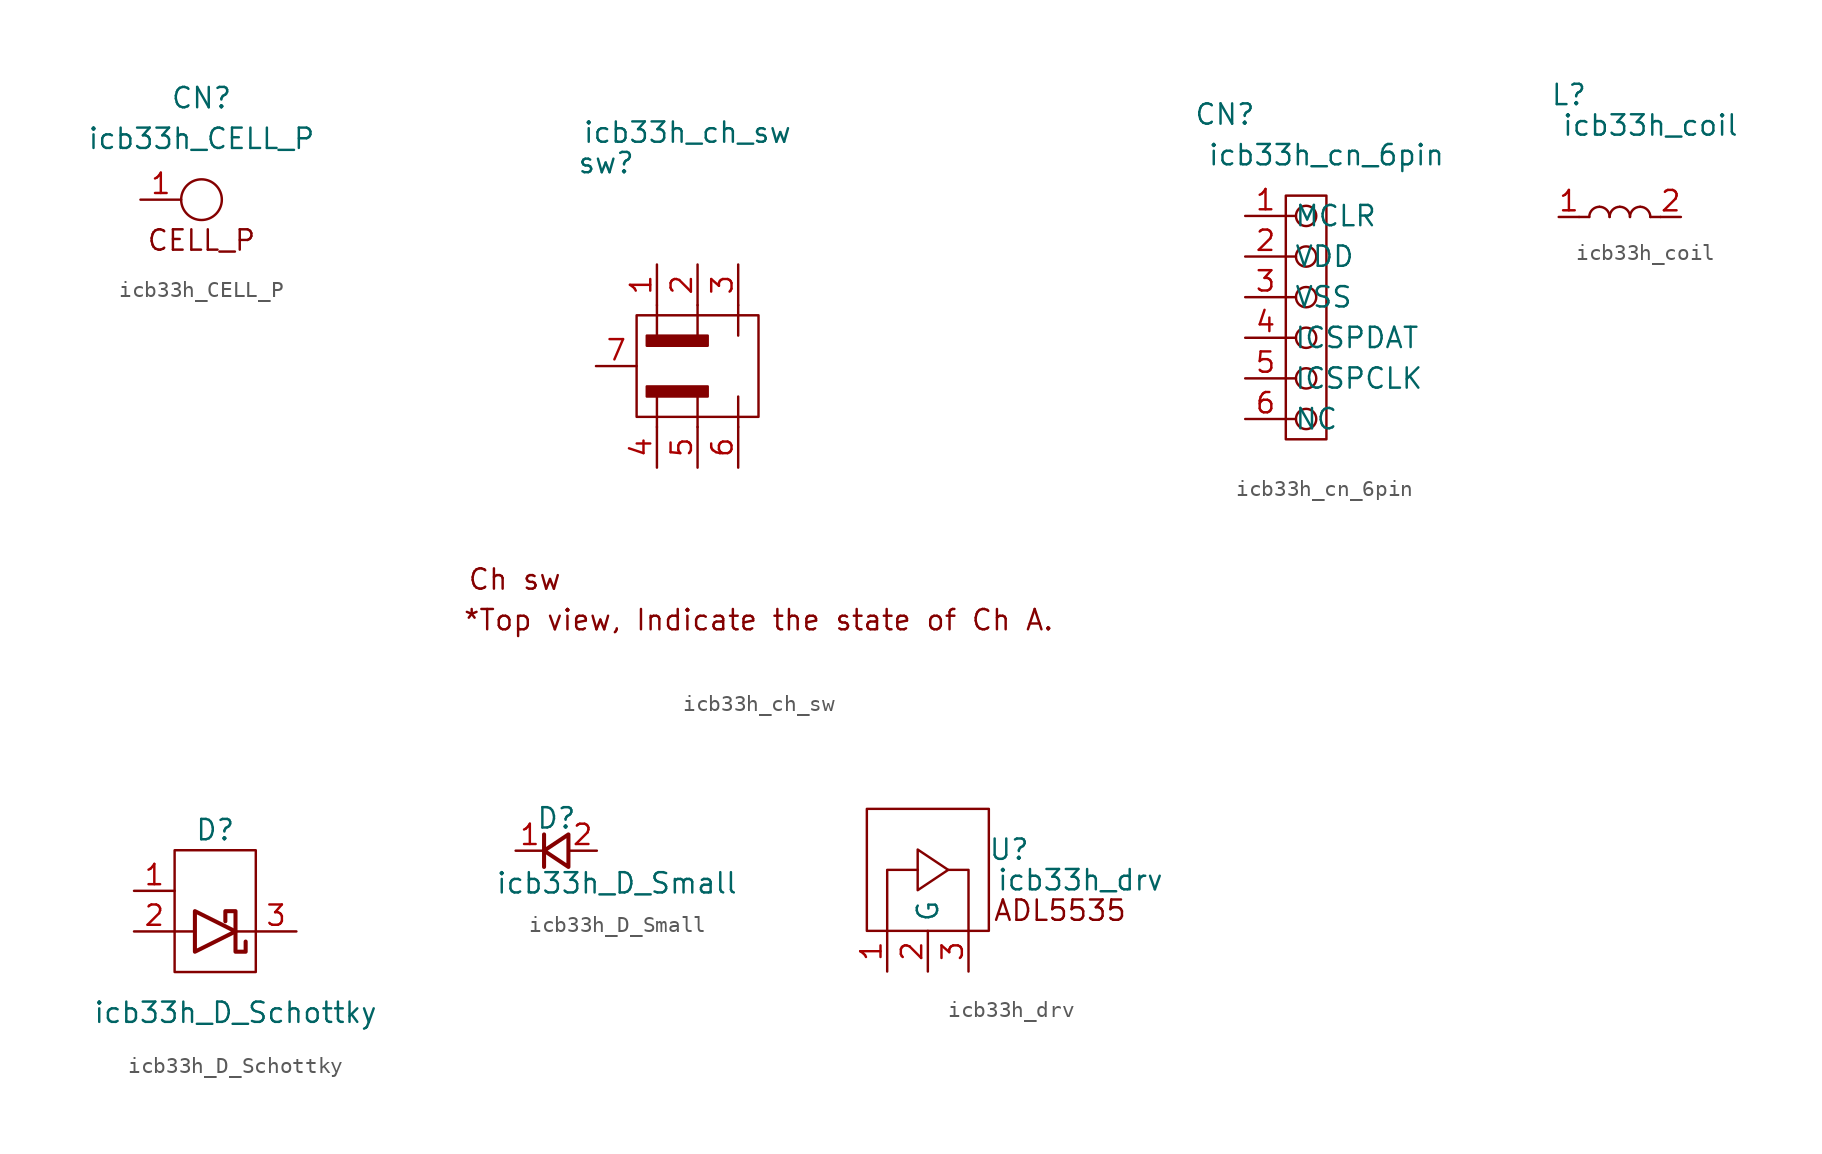
<source format=kicad_sym>
(kicad_symbol_lib
  (version 20211014)
  (generator kicad_symbol_editor)
  (symbol "icb33h_CELL_P"
    (property "Reference" "CN"
      (at 0 6.35 0)
      (effects (font (size 1.27 1.27))))
    (property "Value" "icb33h_CELL_P"
      (at 0 3.81 0)
      (effects (font (size 1.27 1.27))))
    (symbol "icb33h_CELL_P_0_0"
      (text "CELL_P" (at 0 -2.54 0) (effects (font (size 1.27 1.27)))))
    (symbol "icb33h_CELL_P_0_1"
      (circle (center 0 0) (radius 1.27) (stroke (width 0) (type default) (color 0 0 0 0)) (fill (type none))))
    (symbol "icb33h_CELL_P_1_1"
      (pin passive line (at -3.81 0 0) (length 2.54) (name "" (effects (font (size 1.27 1.27)))) (number "1" (effects (font (size 1.27 1.27)))))))
  (symbol "icb33h_ch_sw"
    (property "Reference" "sw"
      (at -5.715 12.7 0)
      (effects (font (size 1.27 1.27))))
    (property "Value" "icb33h_ch_sw"
      (at -0.635 14.605 0)
      (effects (font (size 1.27 1.27))))
    (symbol "icb33h_ch_sw_0_0"
      (rectangle (start -3.81 3.175) (end 3.81 -3.175) (stroke (width 0) (type default) (color 0 0 0 0)) (fill (type none)))
      (rectangle (start -3.175 -1.27) (end 0.635 -1.905) (stroke (width 0) (type default) (color 0 0 0 0)) (fill (type outline)))
      (rectangle (start -3.175 1.905) (end 0.635 1.27) (stroke (width 0) (type default) (color 0 0 0 0)) (fill (type outline)))
      (polyline (pts (xy -2.54 -1.905) (xy -2.54 -3.81)) (stroke (width 0) (type default) (color 0 0 0 0)) (fill (type none)))
      (polyline (pts (xy -2.54 3.81) (xy -2.54 1.905)) (stroke (width 0) (type default) (color 0 0 0 0)) (fill (type none)))
      (polyline (pts (xy 0 -3.81) (xy 0 -1.905)) (stroke (width 0) (type default) (color 0 0 0 0)) (fill (type none)))
      (polyline (pts (xy 0 3.81) (xy 0 1.905)) (stroke (width 0) (type default) (color 0 0 0 0)) (fill (type none)))
      (polyline (pts (xy 2.54 -3.81) (xy 2.54 -1.905)) (stroke (width 0) (type default) (color 0 0 0 0)) (fill (type none)))
      (polyline (pts (xy 2.54 3.175) (xy 2.54 1.905)) (stroke (width 0) (type default) (color 0 0 0 0)) (fill (type none)))
      (text "*Top view, Indicate the state of Ch A." (at 3.81 -15.875 0) (effects (font (size 1.27 1.27))))
      (text "Ch sw" (at -11.43 -13.335 0) (effects (font (size 1.27 1.27)))))
    (symbol "icb33h_ch_sw_0_1"
      (polyline (pts (xy 2.54 3.81) (xy 2.54 3.175)) (stroke (width 0) (type default) (color 0 0 0 0)) (fill (type none))))
    (symbol "icb33h_ch_sw_1_1"
      (pin passive line (at -2.54 6.35 270) (length 2.54) (name "" (effects (font (size 1.27 1.27)))) (number "1" (effects (font (size 1.27 1.27)))))
      (pin passive line (at 0 6.35 270) (length 2.54) (name "" (effects (font (size 1.27 1.27)))) (number "2" (effects (font (size 1.27 1.27)))))
      (pin passive line (at 2.54 6.35 270) (length 2.54) (name "" (effects (font (size 1.27 1.27)))) (number "3" (effects (font (size 1.27 1.27)))))
      (pin passive line (at -2.54 -6.35 90) (length 2.54) (name "" (effects (font (size 1.27 1.27)))) (number "4" (effects (font (size 1.27 1.27)))))
      (pin passive line (at 0 -6.35 90) (length 2.54) (name "" (effects (font (size 1.27 1.27)))) (number "5" (effects (font (size 1.27 1.27)))))
      (pin passive line (at 2.54 -6.35 90) (length 2.54) (name "" (effects (font (size 1.27 1.27)))) (number "6" (effects (font (size 1.27 1.27)))))
      (pin passive line (at -6.35 0 0) (length 2.54) (name "" (effects (font (size 1.27 1.27)))) (number "7" (effects (font (size 1.27 1.27)))))))
  (symbol "icb33h_cn_6pin"
    (property "Reference" "CN"
      (at -5.08 11.43 0)
      (effects (font (size 1.27 1.27))))
    (property "Value" "icb33h_cn_6pin"
      (at 1.27 8.89 0)
      (effects (font (size 1.27 1.27))))
    (symbol "icb33h_cn_6pin_0_1"
      (rectangle (start -1.27 6.35) (end 1.27 -8.89) (stroke (width 0) (type default) (color 0 0 0 0)) (fill (type none)))
      (circle (center 0 -7.62) (radius 0.635) (stroke (width 0) (type default) (color 0 0 0 0)) (fill (type none)))
      (circle (center 0 -5.08) (radius 0.635) (stroke (width 0) (type default) (color 0 0 0 0)) (fill (type none)))
      (circle (center 0 -2.54) (radius 0.635) (stroke (width 0) (type default) (color 0 0 0 0)) (fill (type none)))
      (polyline (pts (xy -1.27 -7.62) (xy -0.635 -7.62)) (stroke (width 0) (type default) (color 0 0 0 0)) (fill (type none)))
      (polyline (pts (xy -1.27 -5.08) (xy -0.635 -5.08)) (stroke (width 0) (type default) (color 0 0 0 0)) (fill (type none)))
      (polyline (pts (xy -1.27 -2.54) (xy -0.635 -2.54)) (stroke (width 0) (type default) (color 0 0 0 0)) (fill (type none)))
      (polyline (pts (xy -1.27 0) (xy -0.635 0)) (stroke (width 0) (type default) (color 0 0 0 0)) (fill (type none)))
      (polyline (pts (xy -1.27 2.54) (xy -0.635 2.54)) (stroke (width 0) (type default) (color 0 0 0 0)) (fill (type none)))
      (polyline (pts (xy -1.27 5.08) (xy -0.635 5.08)) (stroke (width 0) (type default) (color 0 0 0 0)) (fill (type none)))
      (circle (center 0 0) (radius 0.635) (stroke (width 0) (type default) (color 0 0 0 0)) (fill (type none)))
      (circle (center 0 2.54) (radius 0.635) (stroke (width 0) (type default) (color 0 0 0 0)) (fill (type none)))
      (circle (center 0 5.08) (radius 0.635) (stroke (width 0) (type default) (color 0 0 0 0)) (fill (type none))))
    (symbol "icb33h_cn_6pin_1_1"
      (pin passive line (at -3.81 5.08 0) (length 2.54) (name "MCLR" (effects (font (size 1.27 1.27)))) (number "1" (effects (font (size 1.27 1.27)))))
      (pin passive line (at -3.81 2.54 0) (length 2.54) (name "VDD" (effects (font (size 1.27 1.27)))) (number "2" (effects (font (size 1.27 1.27)))))
      (pin passive line (at -3.81 0 0) (length 2.54) (name "VSS" (effects (font (size 1.27 1.27)))) (number "3" (effects (font (size 1.27 1.27)))))
      (pin passive line (at -3.81 -2.54 0) (length 2.54) (name "ICSPDAT" (effects (font (size 1.27 1.27)))) (number "4" (effects (font (size 1.27 1.27)))))
      (pin passive line (at -3.81 -5.08 0) (length 2.54) (name "ICSPCLK" (effects (font (size 1.27 1.27)))) (number "5" (effects (font (size 1.27 1.27)))))
      (pin passive line (at -3.81 -7.62 0) (length 2.54) (name "NC" (effects (font (size 1.27 1.27)))) (number "6" (effects (font (size 1.27 1.27)))))))
  (symbol "icb33h_coil"
    (property "Reference" "L"
      (at -9.525 12.7 0)
      (effects (font (size 1.27 1.27))))
    (property "Value" "icb33h_coil"
      (at -4.445 10.795 0)
      (effects (font (size 1.27 1.27))))
    (symbol "icb33h_coil_0_0"
      (arc (start -7.62 5.715) (mid -8.069 5.529) (end -8.255 5.08) (stroke (width 0) (type default) (color 0 0 0 0)) (fill (type none)))
      (arc (start -6.985 5.08) (mid -7.171 5.529) (end -7.62 5.715) (stroke (width 0) (type default) (color 0 0 0 0)) (fill (type none)))
      (arc (start -6.35 5.715) (mid -6.799 5.529) (end -6.985 5.08) (stroke (width 0) (type default) (color 0 0 0 0)) (fill (type none)))
      (arc (start -5.715 5.08) (mid -5.901 5.529) (end -6.35 5.715) (stroke (width 0) (type default) (color 0 0 0 0)) (fill (type none)))
      (arc (start -5.08 5.715) (mid -5.529 5.529) (end -5.715 5.08) (stroke (width 0) (type default) (color 0 0 0 0)) (fill (type none)))
      (arc (start -4.445 5.08) (mid -4.631 5.529) (end -5.08 5.715) (stroke (width 0) (type default) (color 0 0 0 0)) (fill (type none)))
      (polyline (pts (xy -8.89 5.08) (xy -8.255 5.08)) (stroke (width 0) (type default) (color 0 0 0 0)) (fill (type none)))
      (polyline (pts (xy -3.81 5.08) (xy -4.445 5.08)) (stroke (width 0) (type default) (color 0 0 0 0)) (fill (type none))))
    (symbol "icb33h_coil_1_1"
      (pin passive line (at -10.16 5.08 0) (length 1.27) (name "" (effects (font (size 1.27 1.27)))) (number "1" (effects (font (size 1.27 1.27)))))
      (pin passive line (at -2.54 5.08 180) (length 1.27) (name "" (effects (font (size 1.27 1.27)))) (number "2" (effects (font (size 1.27 1.27)))))))
  (symbol "icb33h_D_Schottky"
    (pin_names
      (offset 1.016) hide)
    (property "Reference" "D"
      (at 0 3.81 0)
      (effects (font (size 1.27 1.27))))
    (property "Value" "icb33h_D_Schottky"
      (at 1.27 -7.62 0)
      (effects (font (size 1.27 1.27))))
    (symbol "icb33h_D_Schottky_0_1"
      (polyline (pts (xy -2.54 -2.54) (xy -1.27 -2.54)) (stroke (width 0) (type default) (color 0 0 0 0)) (fill (type none)))
      (polyline (pts (xy 1.27 -2.54) (xy 2.54 -2.54)) (stroke (width 0) (type default) (color 0 0 0 0)) (fill (type none)))
      (polyline (pts (xy -1.27 -3.81) (xy -1.27 -1.27) (xy 1.27 -2.54) (xy -1.27 -3.81)) (stroke (width 0.254) (type default) (color 0 0 0 0)) (fill (type none)))
      (polyline (pts (xy 1.905 -3.175) (xy 1.905 -3.81) (xy 1.27 -3.81) (xy 1.27 -1.27) (xy 0.635 -1.27) (xy 0.635 -1.905)) (stroke (width 0.254) (type default) (color 0 0 0 0)) (fill (type none)))
      (rectangle (start 2.54 -5.08) (end -2.54 2.54) (stroke (width 0) (type default) (color 0 0 0 0)) (fill (type none))))
    (symbol "icb33h_D_Schottky_1_1"
      (pin passive line (at -5.08 0 0) (length 2.54) (name "NC" (effects (font (size 1.27 1.27)))) (number "1" (effects (font (size 1.27 1.27)))))
      (pin passive line (at -5.08 -2.54 0) (length 2.54) (name "A" (effects (font (size 1.27 1.27)))) (number "2" (effects (font (size 1.27 1.27)))))
      (pin passive line (at 5.08 -2.54 180) (length 2.54) (name "K" (effects (font (size 1.27 1.27)))) (number "3" (effects (font (size 1.27 1.27)))))))
  (symbol "icb33h_D_Small"
    (pin_names
      (offset 0.254) hide)
    (property "Reference" "D"
      (at -1.27 2.032 0)
      (effects (font (size 1.27 1.27)) (justify left)))
    (property "Value" "icb33h_D_Small"
      (at -3.81 -2.032 0)
      (effects (font (size 1.27 1.27)) (justify left)))
    (symbol "icb33h_D_Small_0_1"
      (polyline (pts (xy -0.762 -1.016) (xy -0.762 1.016)) (stroke (width 0.254) (type default) (color 0 0 0 0)) (fill (type none)))
      (polyline (pts (xy 0.762 -1.016) (xy -0.762 0) (xy 0.762 1.016) (xy 0.762 -1.016)) (stroke (width 0.254) (type default) (color 0 0 0 0)) (fill (type none))))
    (symbol "icb33h_D_Small_1_1"
      (pin passive line (at -2.54 0 0) (length 1.778) (name "K" (effects (font (size 1.27 1.27)))) (number "1" (effects (font (size 1.27 1.27)))))
      (pin passive line (at 2.54 0 180) (length 1.778) (name "A" (effects (font (size 1.27 1.27)))) (number "2" (effects (font (size 1.27 1.27)))))))
  (symbol "icb33h_drv"
    (property "Reference" "U"
      (at 3.81 3.81 0)
      (effects (font (size 1.27 1.27))))
    (property "Value" "icb33h_drv"
      (at 8.255 1.905 0)
      (effects (font (size 1.27 1.27))))
    (symbol "icb33h_drv_0_0"
      (polyline (pts (xy -3.81 -1.27) (xy -3.81 2.54) (xy -1.905 2.54)) (stroke (width 0) (type default) (color 0 0 0 0)) (fill (type none)))
      (polyline (pts (xy 0 2.54) (xy 1.27 2.54) (xy 1.27 -1.27)) (stroke (width 0) (type default) (color 0 0 0 0)) (fill (type none)))
      (polyline (pts (xy -1.905 3.81) (xy -1.905 1.27) (xy 0 2.54) (xy -1.905 3.81)) (stroke (width 0) (type default) (color 0 0 0 0)) (fill (type none)))
      (rectangle (start 2.54 -1.27) (end -5.08 6.35) (stroke (width 0) (type default) (color 0 0 0 0)) (fill (type none)))
      (text "ADL5535" (at 6.985 0 0) (effects (font (size 1.27 1.27)))))
    (symbol "icb33h_drv_1_1"
      (pin passive line (at -3.81 -3.81 90) (length 2.54) (name "" (effects (font (size 1.27 1.27)))) (number "1" (effects (font (size 1.27 1.27)))))
      (pin passive line (at -1.27 -3.81 90) (length 2.54) (name "G" (effects (font (size 1.27 1.27)))) (number "2" (effects (font (size 1.27 1.27)))))
      (pin passive line (at 1.27 -3.81 90) (length 2.54) (name "" (effects (font (size 1.27 1.27)))) (number "3" (effects (font (size 1.27 1.27))))))))
</source>
